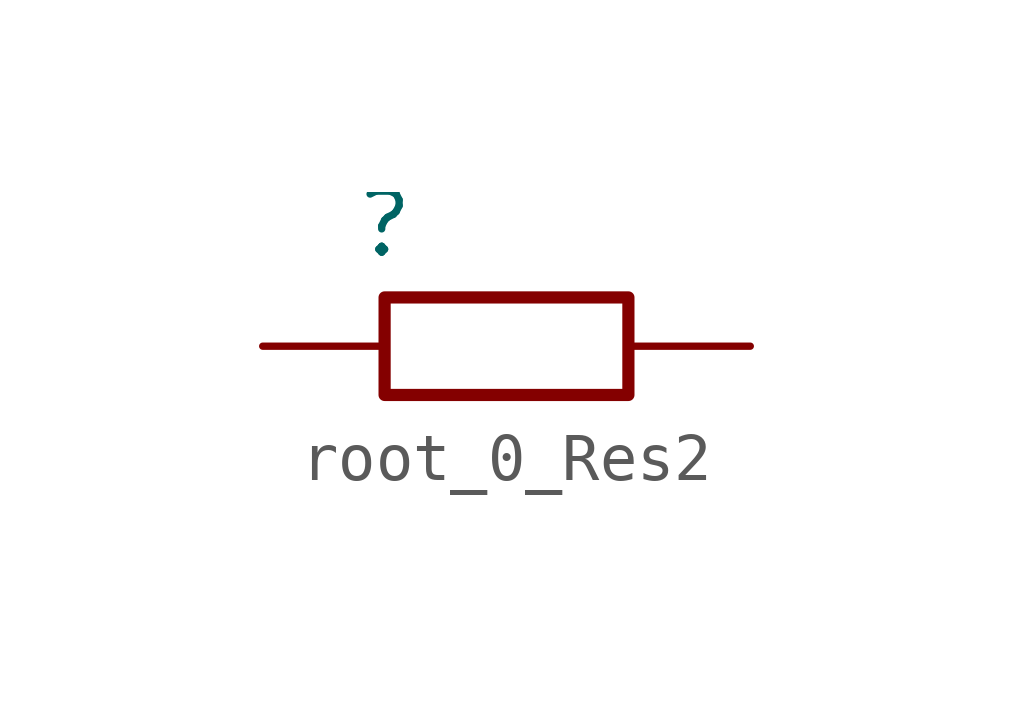
<source format=kicad_sym>
(kicad_symbol_lib
  (version 20220914)
  (generator kicad_symbol_editor)
  (symbol "root_0_Res2"
    (property "Reference" ""
      (at 0 0 0)
      (effects (font (size 1.27 1.27))))
    (property "Value" ""
      (at 0 0 0)
      (effects (font (size 1.27 1.27))))
    (symbol "root_0_Res2_1_0"
      (rectangle (start 5.08 -1.524) (end 0 -3.556) (stroke (width 0.254) (type solid)) (fill (type none)))
      (pin passive line (at -2.54 -2.54 0) (length 2.54) (name "1" (effects (font (size 0 0)))) (number "1" (effects (font (size 0 0)))))
      (pin passive line (at 7.62 -2.54 180) (length 2.54) (name "2" (effects (font (size 0 0)))) (number "2" (effects (font (size 0 0))))))))
</source>
